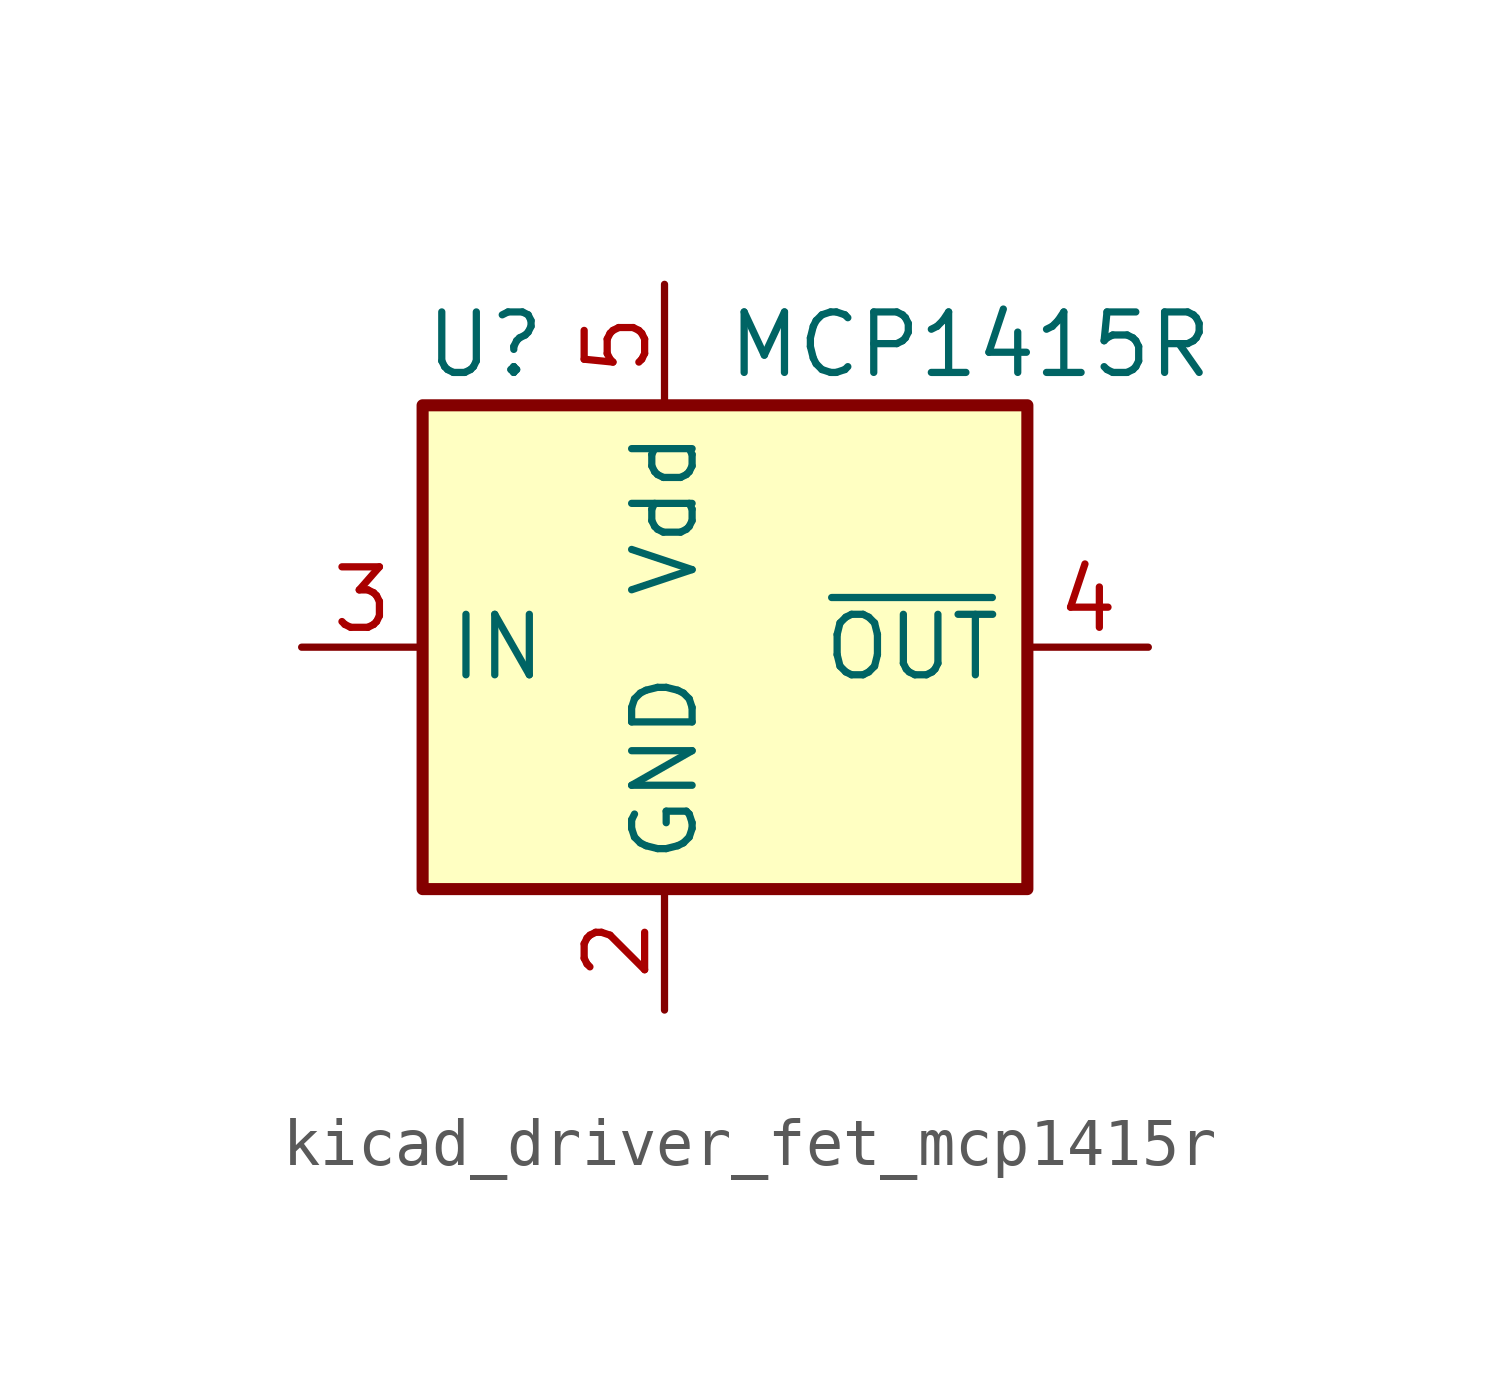
<source format=kicad_sym>
(kicad_symbol_lib
  (version 20220914)
  (generator kicad_symbol_editor)
  (symbol "kicad_driver_fet_mcp1415r"
    (property "Reference" "U"
      (at -5.08 6.35 0)
      (effects (font (size 1.27 1.27)) (justify left)))
    (property "Value" "MCP1415R"
      (at 1.27 6.35 0)
      (effects (font (size 1.27 1.27)) (justify left)))
    (symbol "kicad_driver_fet_mcp1415r_0_1"
      (rectangle (start -5.08 5.08) (end 7.62 -5.08) (stroke (width 0.254) (type default)) (fill (type background))))
    (symbol "kicad_driver_fet_mcp1415r_1_1"
      (pin no_connect line (at 7.62 -2.54 180) (length 2.54) hide (name "NC" (effects (font (size 1.27 1.27)))) (number "1" (effects (font (size 1.27 1.27)))))
      (pin power_in line (at 0 -7.62 90) (length 2.54) (name "GND" (effects (font (size 1.27 1.27)))) (number "2" (effects (font (size 1.27 1.27)))))
      (pin input line (at -7.62 0 0) (length 2.54) (name "IN" (effects (font (size 1.27 1.27)))) (number "3" (effects (font (size 1.27 1.27)))))
      (pin output line (at 10.16 0 180) (length 2.54) (name "~{OUT}" (effects (font (size 1.27 1.27)))) (number "4" (effects (font (size 1.27 1.27)))))
      (pin power_in line (at 0 7.62 270) (length 2.54) (name "Vdd" (effects (font (size 1.27 1.27)))) (number "5" (effects (font (size 1.27 1.27))))))))
</source>
